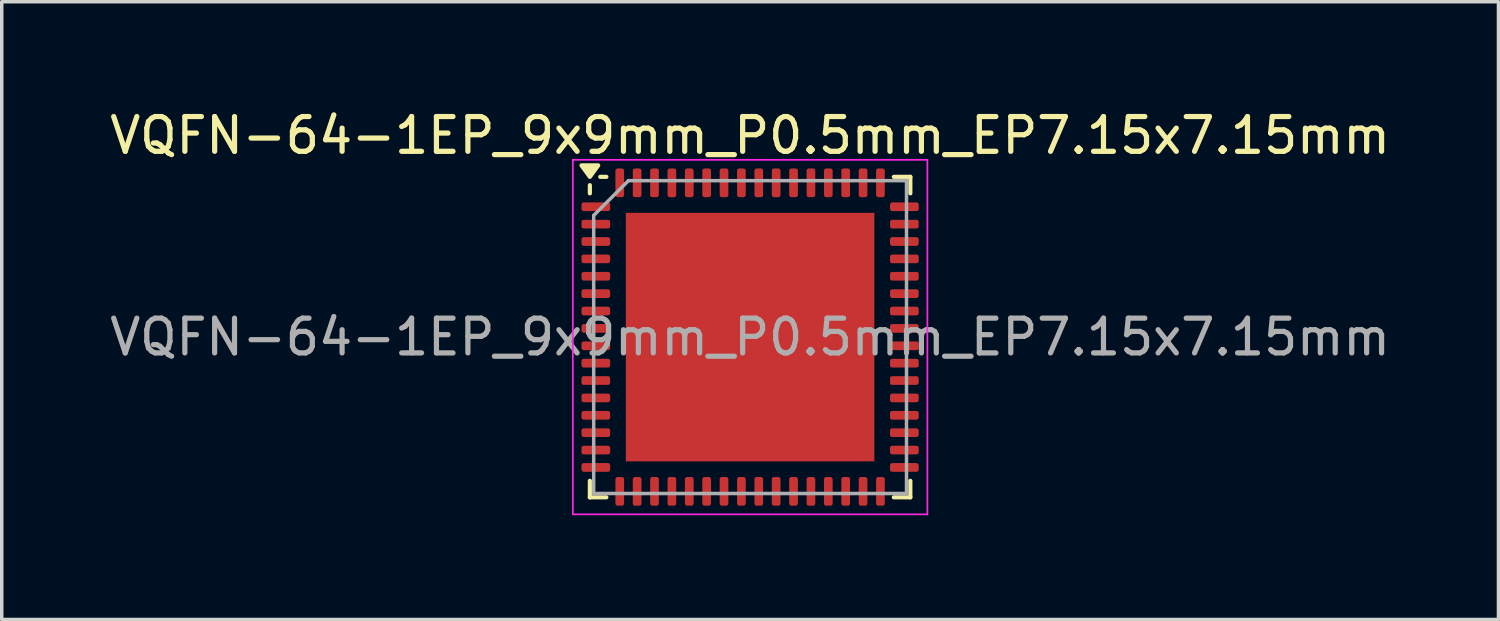
<source format=kicad_pcb>
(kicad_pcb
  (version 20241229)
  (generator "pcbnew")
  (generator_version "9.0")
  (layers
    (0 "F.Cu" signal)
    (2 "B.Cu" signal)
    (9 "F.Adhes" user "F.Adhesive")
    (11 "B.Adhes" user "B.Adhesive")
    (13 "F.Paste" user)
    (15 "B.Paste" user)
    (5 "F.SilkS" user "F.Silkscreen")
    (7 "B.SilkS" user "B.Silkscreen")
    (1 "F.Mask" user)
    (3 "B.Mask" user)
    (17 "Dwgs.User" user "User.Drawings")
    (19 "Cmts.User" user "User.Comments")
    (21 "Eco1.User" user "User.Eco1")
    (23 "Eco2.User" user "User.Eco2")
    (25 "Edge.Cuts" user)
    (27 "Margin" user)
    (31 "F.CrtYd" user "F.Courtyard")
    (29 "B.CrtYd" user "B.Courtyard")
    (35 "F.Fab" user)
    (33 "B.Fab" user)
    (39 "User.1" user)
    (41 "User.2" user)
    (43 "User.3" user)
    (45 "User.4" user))
  (footprint "VQFN-64-1EP_9x9mm_P0.5mm_EP7.15x7.15mm"
    (layer "F.Cu")
    (at 18.53 6.648)
    (property "Reference" "VQFN-64-1EP_9x9mm_P0.5mm_EP7.15x7.15mm" (at 0 -5.8 0) (layer "F.SilkS") (effects (font (size 1 1) (thickness 0.15))))
    (attr smd)
    (fp_line (start -4.61 -4.135) (end -4.61 -4.37) (stroke (width 0.12) (type solid)) (layer "F.SilkS"))
    (fp_line (start -4.61 4.61) (end -4.61 4.135) (stroke (width 0.12) (type solid)) (layer "F.SilkS"))
    (fp_line (start -4.135 -4.61) (end -4.31 -4.61) (stroke (width 0.12) (type solid)) (layer "F.SilkS"))
    (fp_line (start -4.135 4.61) (end -4.61 4.61) (stroke (width 0.12) (type solid)) (layer "F.SilkS"))
    (fp_line (start 4.135 -4.61) (end 4.61 -4.61) (stroke (width 0.12) (type solid)) (layer "F.SilkS"))
    (fp_line (start 4.135 4.61) (end 4.61 4.61) (stroke (width 0.12) (type solid)) (layer "F.SilkS"))
    (fp_line (start 4.61 -4.61) (end 4.61 -4.135) (stroke (width 0.12) (type solid)) (layer "F.SilkS"))
    (fp_line (start 4.61 4.61) (end 4.61 4.135) (stroke (width 0.12) (type solid)) (layer "F.SilkS"))
    (fp_poly (pts (xy -4.61 -4.61) (xy -4.85 -4.94) (xy -4.37 -4.94) (xy -4.61 -4.61)) (stroke (width 0.12) (type solid)) (fill yes) (layer "F.SilkS"))
    (fp_line (start -5.1 -5.1) (end -5.1 5.1) (stroke (width 0.05) (type solid)) (layer "F.CrtYd"))
    (fp_line (start -5.1 5.1) (end 5.1 5.1) (stroke (width 0.05) (type solid)) (layer "F.CrtYd"))
    (fp_line (start 5.1 -5.1) (end -5.1 -5.1) (stroke (width 0.05) (type solid)) (layer "F.CrtYd"))
    (fp_line (start 5.1 5.1) (end 5.1 -5.1) (stroke (width 0.05) (type solid)) (layer "F.CrtYd"))
    (fp_line (start -4.5 -3.5) (end -3.5 -4.5) (stroke (width 0.1) (type solid)) (layer "F.Fab"))
    (fp_line (start -4.5 4.5) (end -4.5 -3.5) (stroke (width 0.1) (type solid)) (layer "F.Fab"))
    (fp_line (start -3.5 -4.5) (end 4.5 -4.5) (stroke (width 0.1) (type solid)) (layer "F.Fab"))
    (fp_line (start 4.5 -4.5) (end 4.5 4.5) (stroke (width 0.1) (type solid)) (layer "F.Fab"))
    (fp_line (start 4.5 4.5) (end -4.5 4.5) (stroke (width 0.1) (type solid)) (layer "F.Fab"))
    (fp_text user "${REFERENCE}" (at 0 0 0) (layer "F.Fab") (effects (font (size 1 1) (thickness 0.15))))
    (pad "" smd roundrect (at -2.38 -2.38) (size 1.92 1.92) (layers "F.Paste") (roundrect_rratio 0.13))
    (pad "" smd roundrect (at -2.38 0) (size 1.92 1.92) (layers "F.Paste") (roundrect_rratio 0.13))
    (pad "" smd roundrect (at -2.38 2.38) (size 1.92 1.92) (layers "F.Paste") (roundrect_rratio 0.13))
    (pad "" smd roundrect (at 0 -2.38) (size 1.92 1.92) (layers "F.Paste") (roundrect_rratio 0.13))
    (pad "" smd roundrect (at 0 0) (size 1.92 1.92) (layers "F.Paste") (roundrect_rratio 0.13))
    (pad "" smd roundrect (at 0 2.38) (size 1.92 1.92) (layers "F.Paste") (roundrect_rratio 0.13))
    (pad "" smd roundrect (at 2.38 -2.38) (size 1.92 1.92) (layers "F.Paste") (roundrect_rratio 0.13))
    (pad "" smd roundrect (at 2.38 0) (size 1.92 1.92) (layers "F.Paste") (roundrect_rratio 0.13))
    (pad "" smd roundrect (at 2.38 2.38) (size 1.92 1.92) (layers "F.Paste") (roundrect_rratio 0.13))
    (pad "1" smd roundrect (at -4.438 -3.75) (size 0.825 0.25) (layers "F.Cu" "F.Mask" "F.Paste") (roundrect_rratio 0.25))
    (pad "2" smd roundrect (at -4.438 -3.25) (size 0.825 0.25) (layers "F.Cu" "F.Mask" "F.Paste") (roundrect_rratio 0.25))
    (pad "3" smd roundrect (at -4.438 -2.75) (size 0.825 0.25) (layers "F.Cu" "F.Mask" "F.Paste") (roundrect_rratio 0.25))
    (pad "4" smd roundrect (at -4.438 -2.25) (size 0.825 0.25) (layers "F.Cu" "F.Mask" "F.Paste") (roundrect_rratio 0.25))
    (pad "5" smd roundrect (at -4.438 -1.75) (size 0.825 0.25) (layers "F.Cu" "F.Mask" "F.Paste") (roundrect_rratio 0.25))
    (pad "6" smd roundrect (at -4.438 -1.25) (size 0.825 0.25) (layers "F.Cu" "F.Mask" "F.Paste") (roundrect_rratio 0.25))
    (pad "7" smd roundrect (at -4.438 -0.75) (size 0.825 0.25) (layers "F.Cu" "F.Mask" "F.Paste") (roundrect_rratio 0.25))
    (pad "8" smd roundrect (at -4.438 -0.25) (size 0.825 0.25) (layers "F.Cu" "F.Mask" "F.Paste") (roundrect_rratio 0.25))
    (pad "9" smd roundrect (at -4.438 0.25) (size 0.825 0.25) (layers "F.Cu" "F.Mask" "F.Paste") (roundrect_rratio 0.25))
    (pad "10" smd roundrect (at -4.438 0.75) (size 0.825 0.25) (layers "F.Cu" "F.Mask" "F.Paste") (roundrect_rratio 0.25))
    (pad "11" smd roundrect (at -4.438 1.25) (size 0.825 0.25) (layers "F.Cu" "F.Mask" "F.Paste") (roundrect_rratio 0.25))
    (pad "12" smd roundrect (at -4.438 1.75) (size 0.825 0.25) (layers "F.Cu" "F.Mask" "F.Paste") (roundrect_rratio 0.25))
    (pad "13" smd roundrect (at -4.438 2.25) (size 0.825 0.25) (layers "F.Cu" "F.Mask" "F.Paste") (roundrect_rratio 0.25))
    (pad "14" smd roundrect (at -4.438 2.75) (size 0.825 0.25) (layers "F.Cu" "F.Mask" "F.Paste") (roundrect_rratio 0.25))
    (pad "15" smd roundrect (at -4.438 3.25) (size 0.825 0.25) (layers "F.Cu" "F.Mask" "F.Paste") (roundrect_rratio 0.25))
    (pad "16" smd roundrect (at -4.438 3.75) (size 0.825 0.25) (layers "F.Cu" "F.Mask" "F.Paste") (roundrect_rratio 0.25))
    (pad "17" smd roundrect (at -3.75 4.438) (size 0.25 0.825) (layers "F.Cu" "F.Mask" "F.Paste") (roundrect_rratio 0.25))
    (pad "18" smd roundrect (at -3.25 4.438) (size 0.25 0.825) (layers "F.Cu" "F.Mask" "F.Paste") (roundrect_rratio 0.25))
    (pad "19" smd roundrect (at -2.75 4.438) (size 0.25 0.825) (layers "F.Cu" "F.Mask" "F.Paste") (roundrect_rratio 0.25))
    (pad "20" smd roundrect (at -2.25 4.438) (size 0.25 0.825) (layers "F.Cu" "F.Mask" "F.Paste") (roundrect_rratio 0.25))
    (pad "21" smd roundrect (at -1.75 4.438) (size 0.25 0.825) (layers "F.Cu" "F.Mask" "F.Paste") (roundrect_rratio 0.25))
    (pad "22" smd roundrect (at -1.25 4.438) (size 0.25 0.825) (layers "F.Cu" "F.Mask" "F.Paste") (roundrect_rratio 0.25))
    (pad "23" smd roundrect (at -0.75 4.438) (size 0.25 0.825) (layers "F.Cu" "F.Mask" "F.Paste") (roundrect_rratio 0.25))
    (pad "24" smd roundrect (at -0.25 4.438) (size 0.25 0.825) (layers "F.Cu" "F.Mask" "F.Paste") (roundrect_rratio 0.25))
    (pad "25" smd roundrect (at 0.25 4.438) (size 0.25 0.825) (layers "F.Cu" "F.Mask" "F.Paste") (roundrect_rratio 0.25))
    (pad "26" smd roundrect (at 0.75 4.438) (size 0.25 0.825) (layers "F.Cu" "F.Mask" "F.Paste") (roundrect_rratio 0.25))
    (pad "27" smd roundrect (at 1.25 4.438) (size 0.25 0.825) (layers "F.Cu" "F.Mask" "F.Paste") (roundrect_rratio 0.25))
    (pad "28" smd roundrect (at 1.75 4.438) (size 0.25 0.825) (layers "F.Cu" "F.Mask" "F.Paste") (roundrect_rratio 0.25))
    (pad "29" smd roundrect (at 2.25 4.438) (size 0.25 0.825) (layers "F.Cu" "F.Mask" "F.Paste") (roundrect_rratio 0.25))
    (pad "30" smd roundrect (at 2.75 4.438) (size 0.25 0.825) (layers "F.Cu" "F.Mask" "F.Paste") (roundrect_rratio 0.25))
    (pad "31" smd roundrect (at 3.25 4.438) (size 0.25 0.825) (layers "F.Cu" "F.Mask" "F.Paste") (roundrect_rratio 0.25))
    (pad "32" smd roundrect (at 3.75 4.438) (size 0.25 0.825) (layers "F.Cu" "F.Mask" "F.Paste") (roundrect_rratio 0.25))
    (pad "33" smd roundrect (at 4.438 3.75) (size 0.825 0.25) (layers "F.Cu" "F.Mask" "F.Paste") (roundrect_rratio 0.25))
    (pad "34" smd roundrect (at 4.438 3.25) (size 0.825 0.25) (layers "F.Cu" "F.Mask" "F.Paste") (roundrect_rratio 0.25))
    (pad "35" smd roundrect (at 4.438 2.75) (size 0.825 0.25) (layers "F.Cu" "F.Mask" "F.Paste") (roundrect_rratio 0.25))
    (pad "36" smd roundrect (at 4.438 2.25) (size 0.825 0.25) (layers "F.Cu" "F.Mask" "F.Paste") (roundrect_rratio 0.25))
    (pad "37" smd roundrect (at 4.438 1.75) (size 0.825 0.25) (layers "F.Cu" "F.Mask" "F.Paste") (roundrect_rratio 0.25))
    (pad "38" smd roundrect (at 4.438 1.25) (size 0.825 0.25) (layers "F.Cu" "F.Mask" "F.Paste") (roundrect_rratio 0.25))
    (pad "39" smd roundrect (at 4.438 0.75) (size 0.825 0.25) (layers "F.Cu" "F.Mask" "F.Paste") (roundrect_rratio 0.25))
    (pad "40" smd roundrect (at 4.438 0.25) (size 0.825 0.25) (layers "F.Cu" "F.Mask" "F.Paste") (roundrect_rratio 0.25))
    (pad "41" smd roundrect (at 4.438 -0.25) (size 0.825 0.25) (layers "F.Cu" "F.Mask" "F.Paste") (roundrect_rratio 0.25))
    (pad "42" smd roundrect (at 4.438 -0.75) (size 0.825 0.25) (layers "F.Cu" "F.Mask" "F.Paste") (roundrect_rratio 0.25))
    (pad "43" smd roundrect (at 4.438 -1.25) (size 0.825 0.25) (layers "F.Cu" "F.Mask" "F.Paste") (roundrect_rratio 0.25))
    (pad "44" smd roundrect (at 4.438 -1.75) (size 0.825 0.25) (layers "F.Cu" "F.Mask" "F.Paste") (roundrect_rratio 0.25))
    (pad "45" smd roundrect (at 4.438 -2.25) (size 0.825 0.25) (layers "F.Cu" "F.Mask" "F.Paste") (roundrect_rratio 0.25))
    (pad "46" smd roundrect (at 4.438 -2.75) (size 0.825 0.25) (layers "F.Cu" "F.Mask" "F.Paste") (roundrect_rratio 0.25))
    (pad "47" smd roundrect (at 4.438 -3.25) (size 0.825 0.25) (layers "F.Cu" "F.Mask" "F.Paste") (roundrect_rratio 0.25))
    (pad "48" smd roundrect (at 4.438 -3.75) (size 0.825 0.25) (layers "F.Cu" "F.Mask" "F.Paste") (roundrect_rratio 0.25))
    (pad "49" smd roundrect (at 3.75 -4.438) (size 0.25 0.825) (layers "F.Cu" "F.Mask" "F.Paste") (roundrect_rratio 0.25))
    (pad "50" smd roundrect (at 3.25 -4.438) (size 0.25 0.825) (layers "F.Cu" "F.Mask" "F.Paste") (roundrect_rratio 0.25))
    (pad "51" smd roundrect (at 2.75 -4.438) (size 0.25 0.825) (layers "F.Cu" "F.Mask" "F.Paste") (roundrect_rratio 0.25))
    (pad "52" smd roundrect (at 2.25 -4.438) (size 0.25 0.825) (layers "F.Cu" "F.Mask" "F.Paste") (roundrect_rratio 0.25))
    (pad "53" smd roundrect (at 1.75 -4.438) (size 0.25 0.825) (layers "F.Cu" "F.Mask" "F.Paste") (roundrect_rratio 0.25))
    (pad "54" smd roundrect (at 1.25 -4.438) (size 0.25 0.825) (layers "F.Cu" "F.Mask" "F.Paste") (roundrect_rratio 0.25))
    (pad "55" smd roundrect (at 0.75 -4.438) (size 0.25 0.825) (layers "F.Cu" "F.Mask" "F.Paste") (roundrect_rratio 0.25))
    (pad "56" smd roundrect (at 0.25 -4.438) (size 0.25 0.825) (layers "F.Cu" "F.Mask" "F.Paste") (roundrect_rratio 0.25))
    (pad "57" smd roundrect (at -0.25 -4.438) (size 0.25 0.825) (layers "F.Cu" "F.Mask" "F.Paste") (roundrect_rratio 0.25))
    (pad "58" smd roundrect (at -0.75 -4.438) (size 0.25 0.825) (layers "F.Cu" "F.Mask" "F.Paste") (roundrect_rratio 0.25))
    (pad "59" smd roundrect (at -1.25 -4.438) (size 0.25 0.825) (layers "F.Cu" "F.Mask" "F.Paste") (roundrect_rratio 0.25))
    (pad "60" smd roundrect (at -1.75 -4.438) (size 0.25 0.825) (layers "F.Cu" "F.Mask" "F.Paste") (roundrect_rratio 0.25))
    (pad "61" smd roundrect (at -2.25 -4.438) (size 0.25 0.825) (layers "F.Cu" "F.Mask" "F.Paste") (roundrect_rratio 0.25))
    (pad "62" smd roundrect (at -2.75 -4.438) (size 0.25 0.825) (layers "F.Cu" "F.Mask" "F.Paste") (roundrect_rratio 0.25))
    (pad "63" smd roundrect (at -3.25 -4.438) (size 0.25 0.825) (layers "F.Cu" "F.Mask" "F.Paste") (roundrect_rratio 0.25))
    (pad "64" smd roundrect (at -3.75 -4.438) (size 0.25 0.825) (layers "F.Cu" "F.Mask" "F.Paste") (roundrect_rratio 0.25))
    (pad "65" smd rect (at 0 0) (size 7.15 7.15) (property pad_prop_heatsink) (layers "F.Cu" "F.Mask")))
  (gr_rect
    (start -3 -3)
    (end 40.06 14.773)
    (stroke (width 0.1) (type default))
    (fill no)
    (layer "Edge.Cuts")))
</source>
